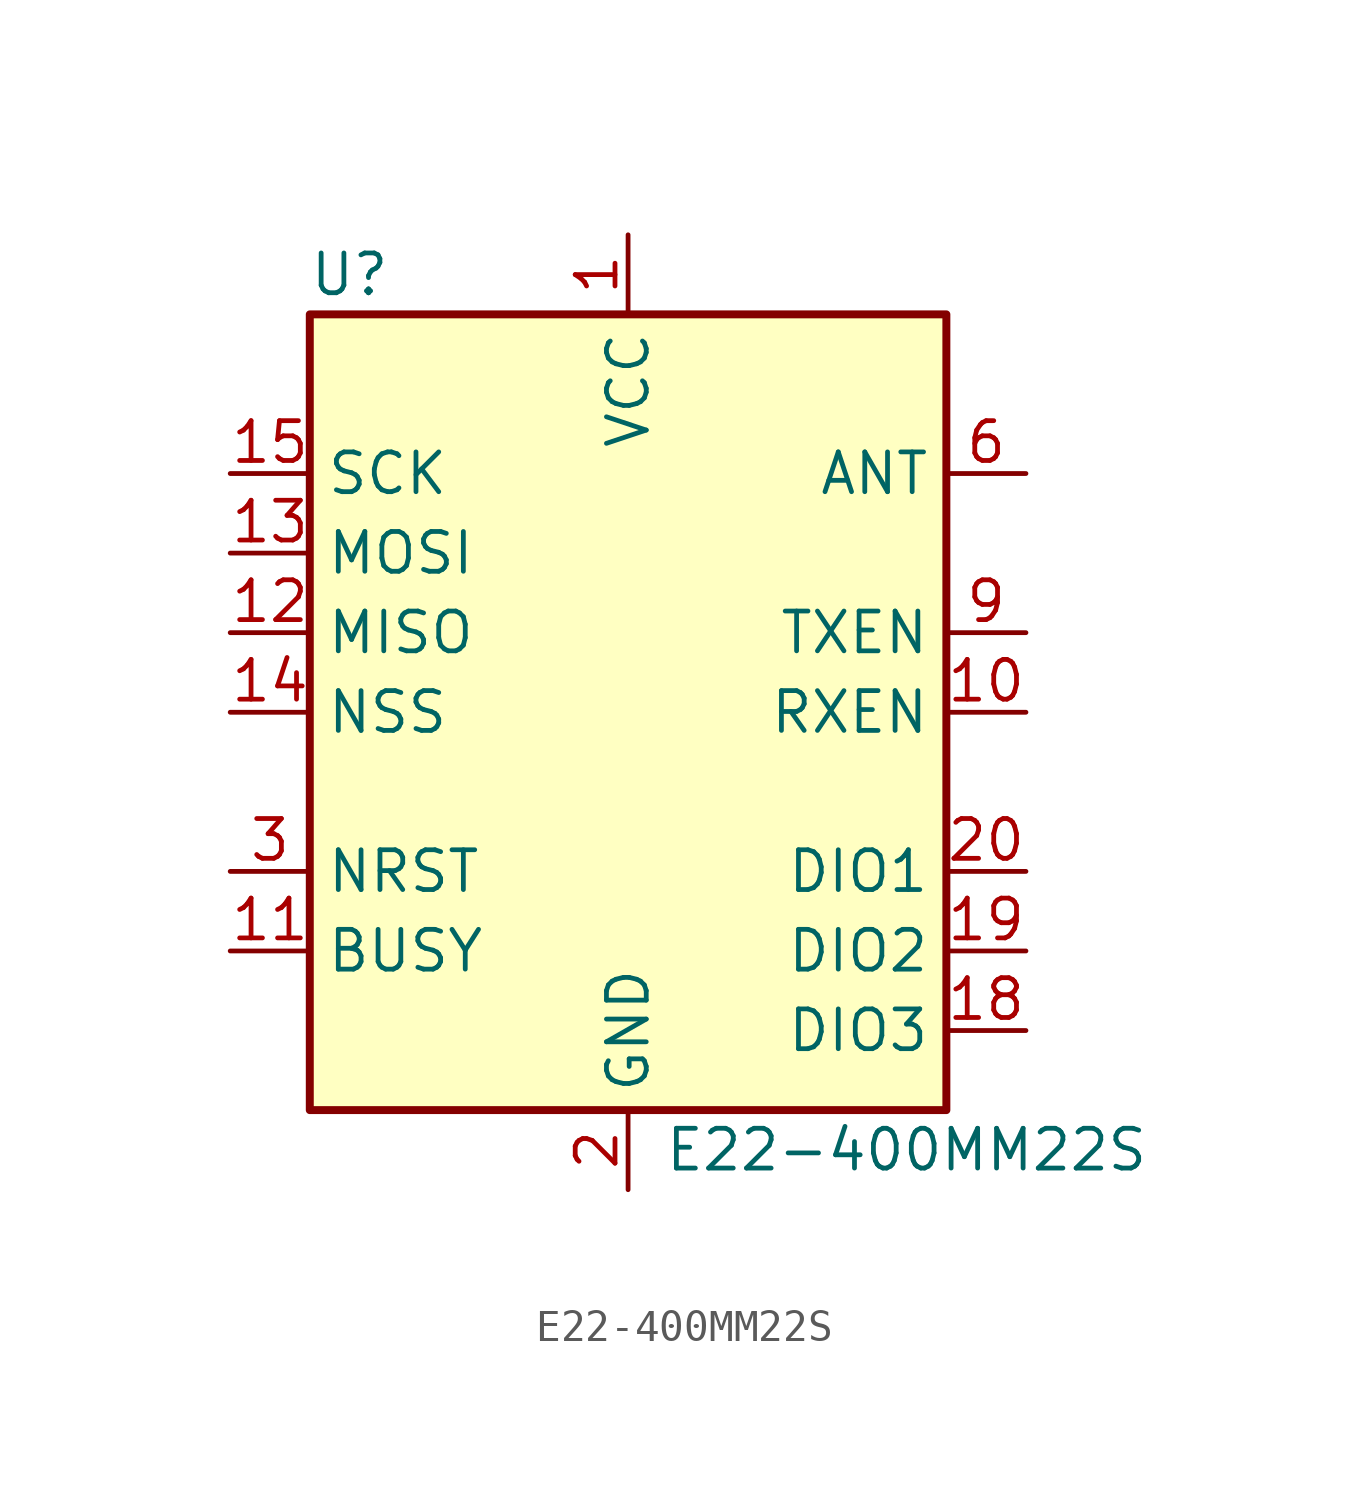
<source format=kicad_sym>
(kicad_symbol_lib
  (version 20231120)
  (generator "kicad_symbol_editor")
  (generator_version "8.0")
  (symbol "E22-400MM22S"
    (property "Reference" "U"
      (at -8.89 13.97 0)
      (effects (font (size 1.27 1.27))))
    (property "Value" "E22-400MM22S"
      (at 8.89 -13.97 0)
      (effects (font (size 1.27 1.27))))
    (symbol "E22-400MM22S_1_1"
      (rectangle (start -10.16 12.7) (end 10.16 -12.7) (stroke (width 0.254) (type default)) (fill (type background)))
      (pin power_in line (at 0 15.24 270) (length 2.54) (name "VCC" (effects (font (size 1.27 1.27)))) (number "1" (effects (font (size 1.27 1.27)))))
      (pin input line (at 12.7 0 180) (length 2.54) (name "RXEN" (effects (font (size 1.27 1.27)))) (number "10" (effects (font (size 1.27 1.27)))))
      (pin output line (at -12.7 -7.62 0) (length 2.54) (name "BUSY" (effects (font (size 1.27 1.27)))) (number "11" (effects (font (size 1.27 1.27)))))
      (pin output line (at -12.7 2.54 0) (length 2.54) (name "MISO" (effects (font (size 1.27 1.27)))) (number "12" (effects (font (size 1.27 1.27)))))
      (pin input line (at -12.7 5.08 0) (length 2.54) (name "MOSI" (effects (font (size 1.27 1.27)))) (number "13" (effects (font (size 1.27 1.27)))))
      (pin input line (at -12.7 0 0) (length 2.54) (name "NSS" (effects (font (size 1.27 1.27)))) (number "14" (effects (font (size 1.27 1.27)))))
      (pin input line (at -12.7 7.62 0) (length 2.54) (name "SCK" (effects (font (size 1.27 1.27)))) (number "15" (effects (font (size 1.27 1.27)))))
      (pin passive line (at 0 -15.24 90) (length 2.54) hide (name "GND" (effects (font (size 1.27 1.27)))) (number "16" (effects (font (size 1.27 1.27)))))
      (pin no_connect line (at -10.16 -10.16 0) (length 2.54) hide (name "NC" (effects (font (size 1.27 1.27)))) (number "17" (effects (font (size 1.27 1.27)))))
      (pin bidirectional line (at 12.7 -10.16 180) (length 2.54) (name "DIO3" (effects (font (size 1.27 1.27)))) (number "18" (effects (font (size 1.27 1.27)))))
      (pin bidirectional line (at 12.7 -7.62 180) (length 2.54) (name "DIO2" (effects (font (size 1.27 1.27)))) (number "19" (effects (font (size 1.27 1.27)))))
      (pin power_in line (at 0 -15.24 90) (length 2.54) (name "GND" (effects (font (size 1.27 1.27)))) (number "2" (effects (font (size 1.27 1.27)))))
      (pin bidirectional line (at 12.7 -5.08 180) (length 2.54) (name "DIO1" (effects (font (size 1.27 1.27)))) (number "20" (effects (font (size 1.27 1.27)))))
      (pin input line (at -12.7 -5.08 0) (length 2.54) (name "NRST" (effects (font (size 1.27 1.27)))) (number "3" (effects (font (size 1.27 1.27)))))
      (pin no_connect line (at -10.16 -10.16 0) (length 2.54) hide (name "NC" (effects (font (size 1.27 1.27)))) (number "4" (effects (font (size 1.27 1.27)))))
      (pin no_connect line (at -10.16 -10.16 0) (length 2.54) hide (name "NC" (effects (font (size 1.27 1.27)))) (number "5" (effects (font (size 1.27 1.27)))))
      (pin unspecified line (at 12.7 7.62 180) (length 2.54) (name "ANT" (effects (font (size 1.27 1.27)))) (number "6" (effects (font (size 1.27 1.27)))))
      (pin passive line (at 0 -15.24 90) (length 2.54) hide (name "GND" (effects (font (size 1.27 1.27)))) (number "7" (effects (font (size 1.27 1.27)))))
      (pin no_connect line (at -10.16 -10.16 0) (length 2.54) hide (name "NC" (effects (font (size 1.27 1.27)))) (number "8" (effects (font (size 1.27 1.27)))))
      (pin input line (at 12.7 2.54 180) (length 2.54) (name "TXEN" (effects (font (size 1.27 1.27)))) (number "9" (effects (font (size 1.27 1.27))))))))
</source>
